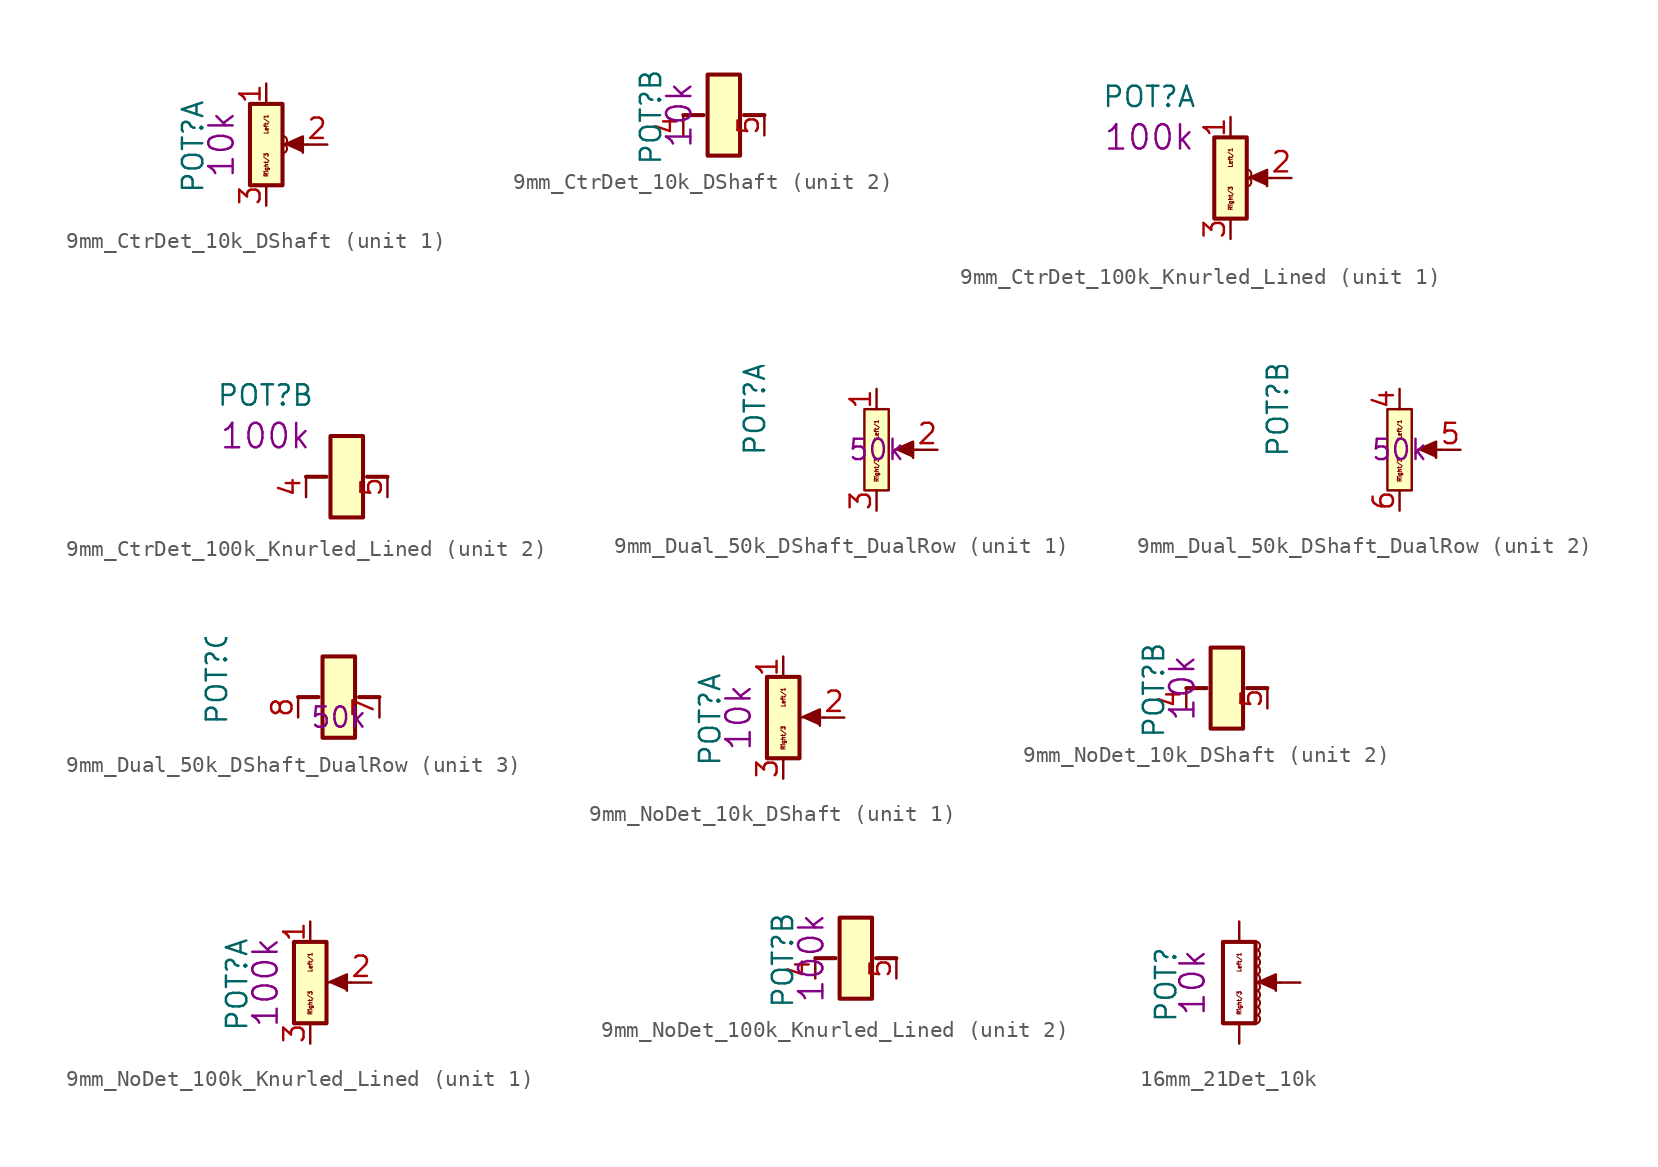
<source format=kicad_sym>
(kicad_symbol_lib
  (version 20211014)
  (generator kicad_symbol_editor)
  (symbol "9mm_CtrDet_10k_DShaft"
    (pin_names
      (offset 1.016) hide)
    (property "Reference" "POT"
      (at -4.572 -0.127 90)
      (effects (font (size 1.27 1.27))))
    (property "Display" "10k"
      (at -2.794 0 90)
      (effects (font (size 1.524 1.524))))
    (property "ki_locked" ""
      (at 0 0 0)
      (effects (font (size 1.27 1.27))))
    (symbol "9mm_CtrDet_10k_DShaft_1_1"
      (polyline (pts (xy 2.54 0) (xy 1.524 0)) (stroke (width 0) (type default) (color 0 0 0 0)) (fill (type none)))
      (polyline (pts (xy 1.143 0) (xy 2.286 0.508) (xy 2.286 -0.508)) (stroke (width 0) (type default) (color 0 0 0 0)) (fill (type outline)))
      (rectangle (start 1.016 2.54) (end -1.016 -2.54) (stroke (width 0.254) (type default) (color 0 0 0 0)) (fill (type background)))
      (arc (start 1.143 -0.508) (mid 1.3 -0.254) (end 1.143 0) (stroke (width 0.127) (type default) (color 0 0 0 0)) (fill (type background)))
      (arc (start 1.143 0) (mid 1.3 0.254) (end 1.143 0.508) (stroke (width 0.127) (type default) (color 0 0 0 0)) (fill (type background)))
      (text "Left/1" (at 0 1.27 900) (effects (font (size 0.254 0.254))))
      (text "Right/3" (at 0 -1.27 900) (effects (font (size 0.254 0.254))))
      (pin passive line (at 0 3.81 270) (length 1.27) (name "Left" (effects (font (size 1.27 1.27)))) (number "1" (effects (font (size 1.27 1.27)))))
      (pin passive line (at 3.81 0 180) (length 1.27) (name "Center" (effects (font (size 1.27 1.27)))) (number "2" (effects (font (size 1.27 1.27)))))
      (pin passive line (at 0 -3.81 90) (length 1.27) (name "Right" (effects (font (size 1.27 1.27)))) (number "3" (effects (font (size 1.27 1.27))))))
    (symbol "9mm_CtrDet_10k_DShaft_2_1"
      (rectangle (start -2.54 0) (end -1.27 0) (stroke (width 0.254) (type default) (color 0 0 0 0)) (fill (type none)))
      (rectangle (start 1.016 2.54) (end -1.016 -2.54) (stroke (width 0.254) (type default) (color 0 0 0 0)) (fill (type background)))
      (rectangle (start 1.27 0) (end 2.54 0) (stroke (width 0.254) (type default) (color 0 0 0 0)) (fill (type none)))
      (pin passive line (at -2.54 -1.27 90) (length 1.27) (name "Tab1" (effects (font (size 1.27 1.27)))) (number "4" (effects (font (size 1.27 1.27)))))
      (pin passive line (at 2.54 -1.27 90) (length 1.27) (name "Tab2" (effects (font (size 1.27 1.27)))) (number "5" (effects (font (size 1.27 1.27)))))))
  (symbol "9mm_CtrDet_100k_Knurled_Lined"
    (pin_names
      (offset 1.016) hide)
    (property "Reference" "POT"
      (at -5.08 5.08 0)
      (effects (font (size 1.27 1.27))))
    (property "Display" "100k"
      (at -5.08 2.54 0)
      (effects (font (size 1.524 1.524))))
    (property "ki_locked" ""
      (at 0 0 0)
      (effects (font (size 1.27 1.27))))
    (symbol "9mm_CtrDet_100k_Knurled_Lined_1_1"
      (polyline (pts (xy 2.54 0) (xy 1.524 0)) (stroke (width 0) (type default) (color 0 0 0 0)) (fill (type none)))
      (polyline (pts (xy 1.143 0) (xy 2.286 0.508) (xy 2.286 -0.508)) (stroke (width 0) (type default) (color 0 0 0 0)) (fill (type outline)))
      (rectangle (start 1.016 2.54) (end -1.016 -2.54) (stroke (width 0.254) (type default) (color 0 0 0 0)) (fill (type background)))
      (arc (start 1.143 -0.508) (mid 1.3 -0.254) (end 1.143 0) (stroke (width 0.127) (type default) (color 0 0 0 0)) (fill (type background)))
      (arc (start 1.143 0) (mid 1.3 0.254) (end 1.143 0.508) (stroke (width 0.127) (type default) (color 0 0 0 0)) (fill (type background)))
      (text "Left/1" (at 0 1.27 900) (effects (font (size 0.254 0.254))))
      (text "Right/3" (at 0 -1.27 900) (effects (font (size 0.254 0.254))))
      (pin passive line (at 0 3.81 270) (length 1.27) (name "Left" (effects (font (size 1.27 1.27)))) (number "1" (effects (font (size 1.27 1.27)))))
      (pin passive line (at 3.81 0 180) (length 1.27) (name "Center" (effects (font (size 1.27 1.27)))) (number "2" (effects (font (size 1.27 1.27)))))
      (pin passive line (at 0 -3.81 90) (length 1.27) (name "Right" (effects (font (size 1.27 1.27)))) (number "3" (effects (font (size 1.27 1.27))))))
    (symbol "9mm_CtrDet_100k_Knurled_Lined_2_1"
      (rectangle (start -2.54 0) (end -1.27 0) (stroke (width 0.254) (type default) (color 0 0 0 0)) (fill (type none)))
      (rectangle (start 1.016 2.54) (end -1.016 -2.54) (stroke (width 0.254) (type default) (color 0 0 0 0)) (fill (type background)))
      (rectangle (start 1.27 0) (end 2.54 0) (stroke (width 0.254) (type default) (color 0 0 0 0)) (fill (type none)))
      (pin passive line (at -2.54 -1.27 90) (length 1.27) (name "Tab1" (effects (font (size 1.27 1.27)))) (number "4" (effects (font (size 1.27 1.27)))))
      (pin passive line (at 2.54 -1.27 90) (length 1.27) (name "Tab2" (effects (font (size 1.27 1.27)))) (number "5" (effects (font (size 1.27 1.27)))))))
  (symbol "9mm_Dual_50k_DShaft_DualRow"
    (pin_names
      (offset 1.016) hide)
    (property "Reference" "POT"
      (at -7.62 2.54 90)
      (effects (font (size 1.27 1.27))))
    (property "Display" "50k"
      (at 0 0 0)
      (effects (font (size 1.27 1.27))))
    (property "ki_locked" ""
      (at 0 0 0)
      (effects (font (size 1.27 1.27))))
    (symbol "9mm_Dual_50k_DShaft_DualRow_1_1"
      (rectangle (start -0.762 2.54) (end 0.762 -2.54) (stroke (width 0) (type default) (color 0 0 0 0)) (fill (type background)))
      (polyline (pts (xy 2.54 0) (xy 1.524 0)) (stroke (width 0) (type default) (color 0 0 0 0)) (fill (type none)))
      (polyline (pts (xy 1.143 0) (xy 2.286 0.508) (xy 2.286 -0.508)) (stroke (width 0) (type default) (color 0 0 0 0)) (fill (type outline)))
      (text "Left/1" (at 0 1.27 900) (effects (font (size 0.254 0.254))))
      (text "Right/3" (at 0 -1.27 900) (effects (font (size 0.254 0.254))))
      (pin passive line (at 0 3.81 270) (length 1.27) (name "Left" (effects (font (size 1.27 1.27)))) (number "1" (effects (font (size 1.27 1.27)))))
      (pin passive line (at 3.81 0 180) (length 1.27) (name "Center" (effects (font (size 1.27 1.27)))) (number "2" (effects (font (size 1.27 1.27)))))
      (pin passive line (at 0 -3.81 90) (length 1.27) (name "Right" (effects (font (size 1.27 1.27)))) (number "3" (effects (font (size 1.27 1.27))))))
    (symbol "9mm_Dual_50k_DShaft_DualRow_2_1"
      (rectangle (start -0.762 2.54) (end 0.762 -2.54) (stroke (width 0) (type default) (color 0 0 0 0)) (fill (type background)))
      (polyline (pts (xy 2.54 0) (xy 1.524 0)) (stroke (width 0) (type default) (color 0 0 0 0)) (fill (type none)))
      (polyline (pts (xy 1.143 0) (xy 2.286 0.508) (xy 2.286 -0.508)) (stroke (width 0) (type default) (color 0 0 0 0)) (fill (type outline)))
      (text "Left/1" (at 0 1.27 900) (effects (font (size 0.254 0.254))))
      (text "Right/3" (at 0 -1.27 900) (effects (font (size 0.254 0.254))))
      (pin passive line (at 0 3.81 270) (length 1.27) (name "Left" (effects (font (size 1.27 1.27)))) (number "4" (effects (font (size 1.27 1.27)))))
      (pin passive line (at 3.81 0 180) (length 1.27) (name "Center" (effects (font (size 1.27 1.27)))) (number "5" (effects (font (size 1.27 1.27)))))
      (pin passive line (at 0 -3.81 90) (length 1.27) (name "Right" (effects (font (size 1.27 1.27)))) (number "6" (effects (font (size 1.27 1.27))))))
    (symbol "9mm_Dual_50k_DShaft_DualRow_3_1"
      (rectangle (start -2.54 1.27) (end -1.27 1.27) (stroke (width 0.254) (type default) (color 0 0 0 0)) (fill (type none)))
      (rectangle (start 1.016 3.81) (end -1.016 -1.27) (stroke (width 0.254) (type default) (color 0 0 0 0)) (fill (type background)))
      (rectangle (start 1.27 1.27) (end 2.54 1.27) (stroke (width 0.254) (type default) (color 0 0 0 0)) (fill (type none)))
      (pin passive line (at 2.54 0 90) (length 1.27) (name "SHELL-2" (effects (font (size 1.27 1.27)))) (number "7" (effects (font (size 1.27 1.27)))))
      (pin passive line (at -2.54 0 90) (length 1.27) (name "SHELL-1" (effects (font (size 1.27 1.27)))) (number "8" (effects (font (size 1.27 1.27)))))))
  (symbol "9mm_NoDet_10k_DShaft"
    (pin_names
      (offset 1.016) hide)
    (property "Reference" "POT"
      (at -4.572 -0.127 90)
      (effects (font (size 1.27 1.27))))
    (property "Display" "10k"
      (at -2.794 0 90)
      (effects (font (size 1.524 1.524))))
    (property "ki_locked" ""
      (at 0 0 0)
      (effects (font (size 1.27 1.27))))
    (symbol "9mm_NoDet_10k_DShaft_1_1"
      (polyline (pts (xy 2.54 0) (xy 1.524 0)) (stroke (width 0) (type default) (color 0 0 0 0)) (fill (type none)))
      (polyline (pts (xy 1.143 0) (xy 2.286 0.508) (xy 2.286 -0.508)) (stroke (width 0) (type default) (color 0 0 0 0)) (fill (type outline)))
      (rectangle (start 1.016 2.54) (end -1.016 -2.54) (stroke (width 0.254) (type default) (color 0 0 0 0)) (fill (type background)))
      (text "Left/1" (at 0 1.27 900) (effects (font (size 0.254 0.254))))
      (text "Right/3" (at 0 -1.27 900) (effects (font (size 0.254 0.254))))
      (pin passive line (at 0 3.81 270) (length 1.27) (name "Left" (effects (font (size 1.27 1.27)))) (number "1" (effects (font (size 1.27 1.27)))))
      (pin passive line (at 3.81 0 180) (length 1.27) (name "Center" (effects (font (size 1.27 1.27)))) (number "2" (effects (font (size 1.27 1.27)))))
      (pin passive line (at 0 -3.81 90) (length 1.27) (name "Right" (effects (font (size 1.27 1.27)))) (number "3" (effects (font (size 1.27 1.27))))))
    (symbol "9mm_NoDet_10k_DShaft_2_1"
      (rectangle (start -2.54 0) (end -1.27 0) (stroke (width 0.254) (type default) (color 0 0 0 0)) (fill (type none)))
      (rectangle (start 1.016 2.54) (end -1.016 -2.54) (stroke (width 0.254) (type default) (color 0 0 0 0)) (fill (type background)))
      (rectangle (start 1.27 0) (end 2.54 0) (stroke (width 0.254) (type default) (color 0 0 0 0)) (fill (type none)))
      (pin passive line (at -2.54 -1.27 90) (length 1.27) (name "Tab1" (effects (font (size 1.27 1.27)))) (number "4" (effects (font (size 1.27 1.27)))))
      (pin passive line (at 2.54 -1.27 90) (length 1.27) (name "Tab2" (effects (font (size 1.27 1.27)))) (number "5" (effects (font (size 1.27 1.27)))))))
  (symbol "9mm_NoDet_100k_Knurled_Lined"
    (pin_names
      (offset 1.016) hide)
    (property "Reference" "POT"
      (at -4.572 -0.127 90)
      (effects (font (size 1.27 1.27))))
    (property "Display" "100k"
      (at -2.794 0 90)
      (effects (font (size 1.524 1.524))))
    (property "ki_locked" ""
      (at 0 0 0)
      (effects (font (size 1.27 1.27))))
    (symbol "9mm_NoDet_100k_Knurled_Lined_1_1"
      (polyline (pts (xy 2.54 0) (xy 1.524 0)) (stroke (width 0) (type default) (color 0 0 0 0)) (fill (type none)))
      (polyline (pts (xy 1.143 0) (xy 2.286 0.508) (xy 2.286 -0.508)) (stroke (width 0) (type default) (color 0 0 0 0)) (fill (type outline)))
      (rectangle (start 1.016 2.54) (end -1.016 -2.54) (stroke (width 0.254) (type default) (color 0 0 0 0)) (fill (type background)))
      (text "Left/1" (at 0 1.27 900) (effects (font (size 0.254 0.254))))
      (text "Right/3" (at 0 -1.27 900) (effects (font (size 0.254 0.254))))
      (pin passive line (at 0 3.81 270) (length 1.27) (name "Left" (effects (font (size 1.27 1.27)))) (number "1" (effects (font (size 1.27 1.27)))))
      (pin passive line (at 3.81 0 180) (length 1.27) (name "Center" (effects (font (size 1.27 1.27)))) (number "2" (effects (font (size 1.27 1.27)))))
      (pin passive line (at 0 -3.81 90) (length 1.27) (name "Right" (effects (font (size 1.27 1.27)))) (number "3" (effects (font (size 1.27 1.27))))))
    (symbol "9mm_NoDet_100k_Knurled_Lined_2_1"
      (rectangle (start -2.54 0) (end -1.27 0) (stroke (width 0.254) (type default) (color 0 0 0 0)) (fill (type none)))
      (rectangle (start 1.016 2.54) (end -1.016 -2.54) (stroke (width 0.254) (type default) (color 0 0 0 0)) (fill (type background)))
      (rectangle (start 1.27 0) (end 2.54 0) (stroke (width 0.254) (type default) (color 0 0 0 0)) (fill (type none)))
      (pin passive line (at -2.54 -1.27 90) (length 1.27) (name "Tab1" (effects (font (size 1.27 1.27)))) (number "4" (effects (font (size 1.27 1.27)))))
      (pin passive line (at 2.54 -1.27 90) (length 1.27) (name "Tab2" (effects (font (size 1.27 1.27)))) (number "5" (effects (font (size 1.27 1.27)))))))
  (symbol "16mm_21Det_10k"
    (pin_numbers hide)
    (pin_names
      (offset 1.016) hide)
    (property "Reference" "POT"
      (at -4.572 -0.127 90)
      (effects (font (size 1.27 1.27))))
    (property "Display" "10k"
      (at -2.921 0 90)
      (effects (font (size 1.524 1.524))))
    (symbol "16mm_21Det_10k_0_1"
      (rectangle (start 1.016 2.54) (end -1.016 -2.54) (stroke (width 0.254) (type default) (color 0 0 0 0)) (fill (type none)))
      (arc (start 1.143 0.508) (mid 1.3 0.762) (end 1.143 1.016) (stroke (width 0.127) (type default) (color 0 0 0 0)) (fill (type none))))
    (symbol "16mm_21Det_10k_1_1"
      (polyline (pts (xy 2.54 0) (xy 1.524 0)) (stroke (width 0) (type default) (color 0 0 0 0)) (fill (type none)))
      (polyline (pts (xy 1.143 0) (xy 2.286 0.508) (xy 2.286 -0.508)) (stroke (width 0) (type default) (color 0 0 0 0)) (fill (type outline)))
      (arc (start 1.143 -2.54) (mid 1.3 -2.286) (end 1.143 -2.032) (stroke (width 0.127) (type default) (color 0 0 0 0)) (fill (type none)))
      (arc (start 1.143 -2.032) (mid 1.3 -1.778) (end 1.143 -1.524) (stroke (width 0.127) (type default) (color 0 0 0 0)) (fill (type none)))
      (arc (start 1.143 -1.524) (mid 1.3 -1.27) (end 1.143 -1.016) (stroke (width 0.127) (type default) (color 0 0 0 0)) (fill (type none)))
      (arc (start 1.143 -1.016) (mid 1.3 -0.762) (end 1.143 -0.508) (stroke (width 0.127) (type default) (color 0 0 0 0)) (fill (type none)))
      (arc (start 1.143 -0.508) (mid 1.3 -0.254) (end 1.143 0) (stroke (width 0.127) (type default) (color 0 0 0 0)) (fill (type none)))
      (arc (start 1.143 0) (mid 1.3 0.254) (end 1.143 0.508) (stroke (width 0.127) (type default) (color 0 0 0 0)) (fill (type none)))
      (arc (start 1.143 1.016) (mid 1.3 1.27) (end 1.143 1.524) (stroke (width 0.127) (type default) (color 0 0 0 0)) (fill (type none)))
      (arc (start 1.143 1.524) (mid 1.3 1.778) (end 1.143 2.032) (stroke (width 0.127) (type default) (color 0 0 0 0)) (fill (type none)))
      (arc (start 1.143 2.032) (mid 1.3 2.286) (end 1.143 2.54) (stroke (width 0.127) (type default) (color 0 0 0 0)) (fill (type none)))
      (text "Left/1" (at 0 1.27 900) (effects (font (size 0.254 0.254))))
      (text "Right/3" (at 0 -1.27 900) (effects (font (size 0.254 0.254))))
      (pin passive line (at 0 3.81 270) (length 1.27) (name "Left" (effects (font (size 1.27 1.27)))) (number "1" (effects (font (size 1.27 1.27)))))
      (pin passive line (at 3.81 0 180) (length 1.27) (name "Center" (effects (font (size 1.27 1.27)))) (number "2" (effects (font (size 1.27 1.27)))))
      (pin passive line (at 0 -3.81 90) (length 1.27) (name "Right" (effects (font (size 1.27 1.27)))) (number "3" (effects (font (size 1.27 1.27))))))))
</source>
